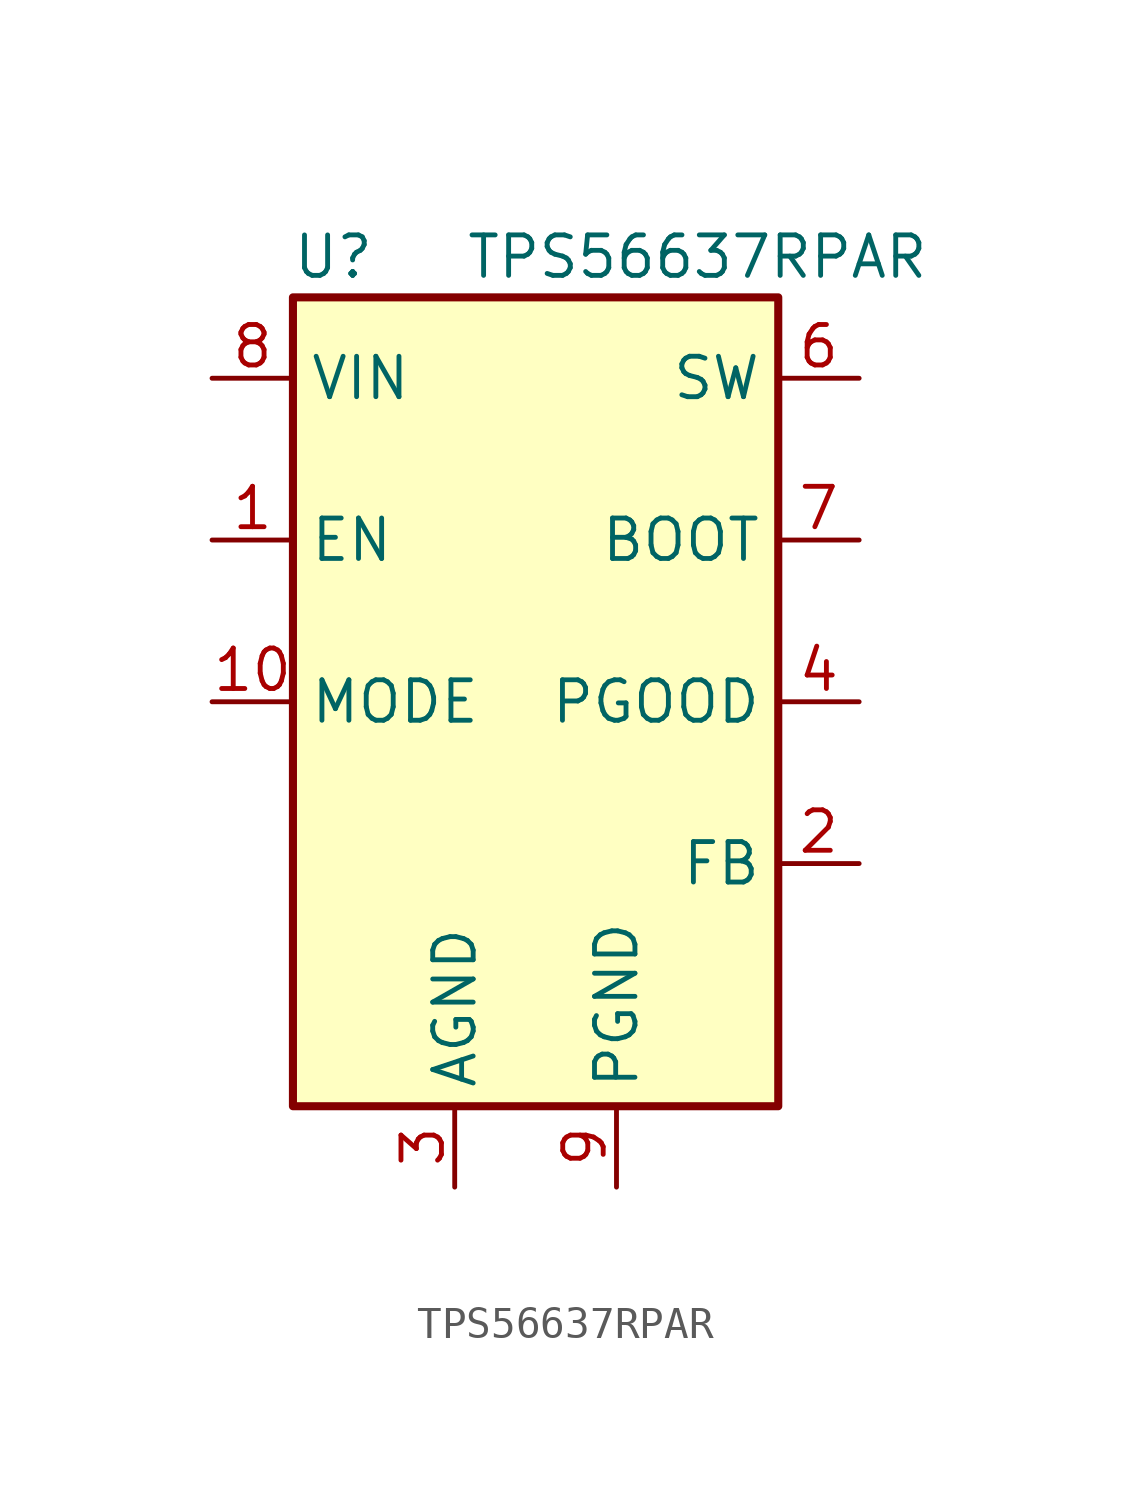
<source format=kicad_sym>
(kicad_symbol_lib
  (version 20231120)
  (generator "kicad_symbol_editor")
  (generator_version "8.0")
  (symbol "TPS56637RPAR"
    (property "Reference" "U"
      (at -6.35 13.97 0)
      (effects (font (size 1.27 1.27))))
    (property "Value" "TPS56637RPAR"
      (at 5.08 13.97 0)
      (effects (font (size 1.27 1.27))))
    (symbol "TPS56637RPAR_0_1"
      (rectangle (start -7.62 12.7) (end 7.62 -12.7) (stroke (width 0.254) (type default)) (fill (type background))))
    (symbol "TPS56637RPAR_1_1"
      (pin input line (at -10.16 5.08 0) (length 2.54) (name "EN" (effects (font (size 1.27 1.27)))) (number "1" (effects (font (size 1.27 1.27)))))
      (pin input line (at -10.16 0 0) (length 2.54) (name "MODE" (effects (font (size 1.27 1.27)))) (number "10" (effects (font (size 1.27 1.27)))))
      (pin input line (at 10.16 -5.08 180) (length 2.54) (name "FB" (effects (font (size 1.27 1.27)))) (number "2" (effects (font (size 1.27 1.27)))))
      (pin power_in line (at -2.54 -15.24 90) (length 2.54) (name "AGND" (effects (font (size 1.27 1.27)))) (number "3" (effects (font (size 1.27 1.27)))))
      (pin open_collector line (at 10.16 0 180) (length 2.54) (name "PGOOD" (effects (font (size 1.27 1.27)))) (number "4" (effects (font (size 1.27 1.27)))))
      (pin no_connect line (at -10.16 -5.08 0) (length 2.54) hide (name "NC" (effects (font (size 1.27 1.27)))) (number "5" (effects (font (size 1.27 1.27)))))
      (pin power_out line (at 10.16 10.16 180) (length 2.54) (name "SW" (effects (font (size 1.27 1.27)))) (number "6" (effects (font (size 1.27 1.27)))))
      (pin passive line (at 10.16 5.08 180) (length 2.54) (name "BOOT" (effects (font (size 1.27 1.27)))) (number "7" (effects (font (size 1.27 1.27)))))
      (pin power_in line (at -10.16 10.16 0) (length 2.54) (name "VIN" (effects (font (size 1.27 1.27)))) (number "8" (effects (font (size 1.27 1.27)))))
      (pin power_in line (at 2.54 -15.24 90) (length 2.54) (name "PGND" (effects (font (size 1.27 1.27)))) (number "9" (effects (font (size 1.27 1.27))))))))
</source>
